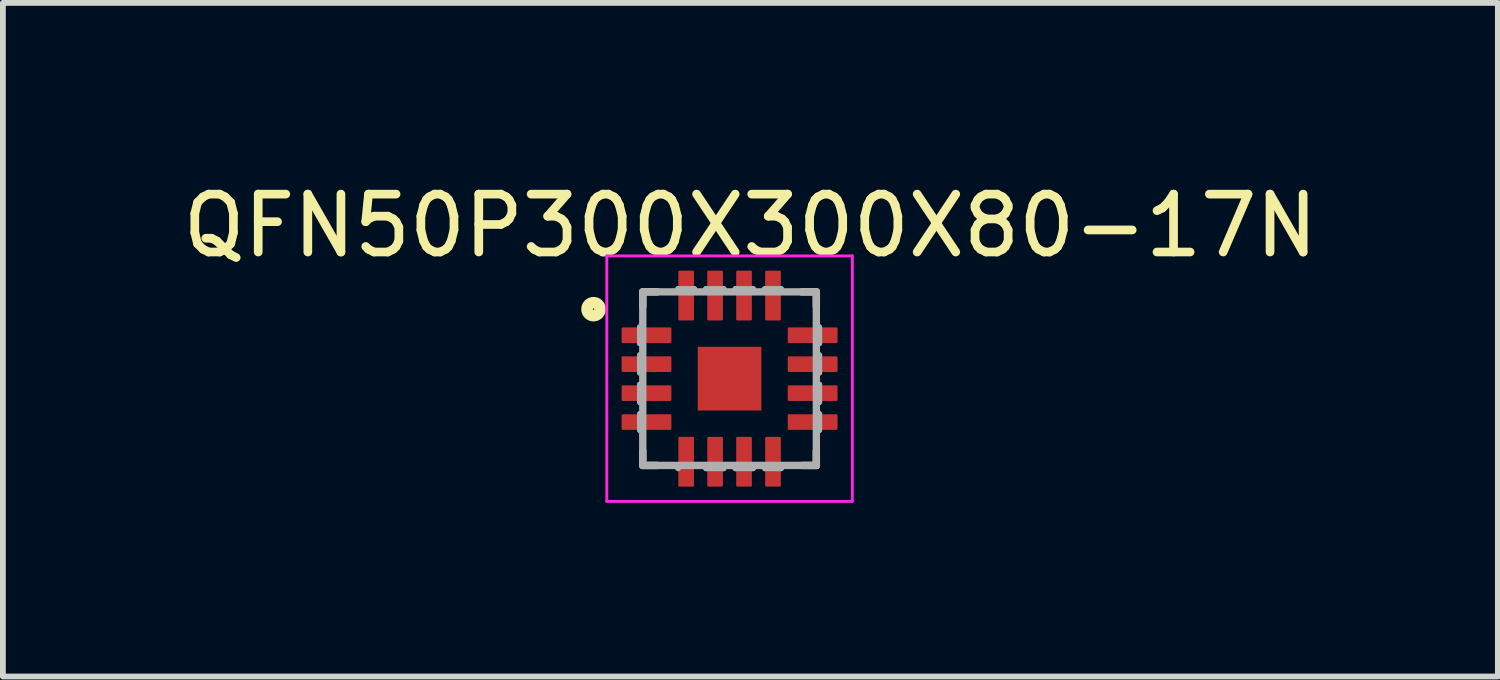
<source format=kicad_pcb>
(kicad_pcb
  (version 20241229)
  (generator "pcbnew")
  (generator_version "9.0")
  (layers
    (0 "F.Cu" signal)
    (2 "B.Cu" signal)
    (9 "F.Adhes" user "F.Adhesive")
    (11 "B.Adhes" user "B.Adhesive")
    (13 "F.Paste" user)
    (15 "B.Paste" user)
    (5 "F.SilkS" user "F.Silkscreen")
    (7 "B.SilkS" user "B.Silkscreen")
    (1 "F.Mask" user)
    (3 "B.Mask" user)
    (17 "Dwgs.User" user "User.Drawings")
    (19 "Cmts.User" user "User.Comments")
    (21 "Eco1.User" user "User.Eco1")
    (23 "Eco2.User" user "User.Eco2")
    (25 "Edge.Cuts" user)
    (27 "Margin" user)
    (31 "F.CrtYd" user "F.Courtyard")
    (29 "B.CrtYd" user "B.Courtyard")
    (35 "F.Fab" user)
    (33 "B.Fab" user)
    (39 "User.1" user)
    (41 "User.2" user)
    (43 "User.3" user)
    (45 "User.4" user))
  (footprint "QFN50P300X300X80-17N"
    (layer "F.Cu")
    (at 9.551 3.49)
    (property "Reference" "QFN50P300X300X80-17N" (at 0.359 -2.642 0) (layer "F.SilkS") (effects (font (size 1 1) (thickness 0.15))))
    (attr smd)
    (fp_line (start -1.499 -1.499) (end -1.499 -1.245) (stroke (width 0.127) (type solid)) (layer "F.SilkS"))
    (fp_line (start -1.499 1.245) (end -1.499 1.499) (stroke (width 0.127) (type solid)) (layer "F.SilkS"))
    (fp_line (start -1.499 1.499) (end -1.245 1.499) (stroke (width 0.127) (type solid)) (layer "F.SilkS"))
    (fp_line (start -1.245 -1.499) (end -1.499 -1.499) (stroke (width 0.127) (type solid)) (layer "F.SilkS"))
    (fp_line (start 1.245 1.499) (end 1.499 1.499) (stroke (width 0.127) (type solid)) (layer "F.SilkS"))
    (fp_line (start 1.499 -1.499) (end 1.245 -1.499) (stroke (width 0.127) (type solid)) (layer "F.SilkS"))
    (fp_line (start 1.499 -1.245) (end 1.499 -1.499) (stroke (width 0.127) (type solid)) (layer "F.SilkS"))
    (fp_line (start 1.499 1.499) (end 1.499 1.245) (stroke (width 0.127) (type solid)) (layer "F.SilkS"))
    (fp_circle (center -2.35 -1.2) (end -2.238 -1.2) (stroke (width 0.2) (type solid)) (fill no) (layer "F.SilkS"))
    (fp_poly (pts (xy -0.389 -0.389) (xy 0.389 -0.389) (xy 0.389 0.389) (xy -0.389 0.389)) (stroke (width 0.01) (type solid)) (fill yes) (layer "F.Paste"))
    (fp_line (start -2.12 -2.12) (end 2.12 -2.12) (stroke (width 0.05) (type solid)) (layer "F.CrtYd"))
    (fp_line (start -2.12 2.12) (end -2.12 -2.12) (stroke (width 0.05) (type solid)) (layer "F.CrtYd"))
    (fp_line (start 2.12 -2.12) (end 2.12 2.12) (stroke (width 0.05) (type solid)) (layer "F.CrtYd"))
    (fp_line (start 2.12 2.12) (end -2.12 2.12) (stroke (width 0.05) (type solid)) (layer "F.CrtYd"))
    (fp_line (start -1.549 -0.889) (end -1.549 -0.61) (stroke (width 0.1) (type solid)) (layer "F.Fab"))
    (fp_line (start -1.549 -0.61) (end -1.499 -0.61) (stroke (width 0.1) (type solid)) (layer "F.Fab"))
    (fp_line (start -1.549 -0.406) (end -1.549 -0.102) (stroke (width 0.1) (type solid)) (layer "F.Fab"))
    (fp_line (start -1.549 -0.102) (end -1.499 -0.102) (stroke (width 0.1) (type solid)) (layer "F.Fab"))
    (fp_line (start -1.549 0.102) (end -1.549 0.406) (stroke (width 0.1) (type solid)) (layer "F.Fab"))
    (fp_line (start -1.549 0.406) (end -1.499 0.406) (stroke (width 0.1) (type solid)) (layer "F.Fab"))
    (fp_line (start -1.549 0.61) (end -1.549 0.889) (stroke (width 0.1) (type solid)) (layer "F.Fab"))
    (fp_line (start -1.549 0.889) (end -1.499 0.889) (stroke (width 0.1) (type solid)) (layer "F.Fab"))
    (fp_line (start -1.499 -1.499) (end -1.499 1.499) (stroke (width 0.127) (type solid)) (layer "F.Fab"))
    (fp_line (start -1.499 -0.889) (end -1.549 -0.889) (stroke (width 0.1) (type solid)) (layer "F.Fab"))
    (fp_line (start -1.499 -0.61) (end -1.499 -0.889) (stroke (width 0.1) (type solid)) (layer "F.Fab"))
    (fp_line (start -1.499 -0.406) (end -1.549 -0.406) (stroke (width 0.1) (type solid)) (layer "F.Fab"))
    (fp_line (start -1.499 -0.102) (end -1.499 -0.406) (stroke (width 0.1) (type solid)) (layer "F.Fab"))
    (fp_line (start -1.499 0.102) (end -1.549 0.102) (stroke (width 0.1) (type solid)) (layer "F.Fab"))
    (fp_line (start -1.499 0.406) (end -1.499 0.102) (stroke (width 0.1) (type solid)) (layer "F.Fab"))
    (fp_line (start -1.499 0.61) (end -1.549 0.61) (stroke (width 0.1) (type solid)) (layer "F.Fab"))
    (fp_line (start -1.499 0.889) (end -1.499 0.61) (stroke (width 0.1) (type solid)) (layer "F.Fab"))
    (fp_line (start -1.499 1.499) (end 1.499 1.499) (stroke (width 0.127) (type solid)) (layer "F.Fab"))
    (fp_line (start -0.889 -1.549) (end -0.889 -1.499) (stroke (width 0.1) (type solid)) (layer "F.Fab"))
    (fp_line (start -0.889 -1.499) (end -0.61 -1.499) (stroke (width 0.1) (type solid)) (layer "F.Fab"))
    (fp_line (start -0.889 1.499) (end -0.889 1.549) (stroke (width 0.1) (type solid)) (layer "F.Fab"))
    (fp_line (start -0.61 -1.549) (end -0.889 -1.549) (stroke (width 0.1) (type solid)) (layer "F.Fab"))
    (fp_line (start -0.61 -1.499) (end -0.61 -1.549) (stroke (width 0.1) (type solid)) (layer "F.Fab"))
    (fp_line (start -0.61 1.499) (end -0.889 1.499) (stroke (width 0.1) (type solid)) (layer "F.Fab"))
    (fp_line (start -0.406 -1.549) (end -0.406 -1.499) (stroke (width 0.1) (type solid)) (layer "F.Fab"))
    (fp_line (start -0.406 -1.499) (end -0.102 -1.499) (stroke (width 0.1) (type solid)) (layer "F.Fab"))
    (fp_line (start -0.406 1.499) (end -0.406 1.549) (stroke (width 0.1) (type solid)) (layer "F.Fab"))
    (fp_line (start -0.406 1.549) (end -0.102 1.549) (stroke (width 0.1) (type solid)) (layer "F.Fab"))
    (fp_line (start -0.102 -1.549) (end -0.406 -1.549) (stroke (width 0.1) (type solid)) (layer "F.Fab"))
    (fp_line (start -0.102 -1.499) (end -0.102 -1.549) (stroke (width 0.1) (type solid)) (layer "F.Fab"))
    (fp_line (start -0.102 1.499) (end -0.406 1.499) (stroke (width 0.1) (type solid)) (layer "F.Fab"))
    (fp_line (start -0.102 1.549) (end -0.102 1.499) (stroke (width 0.1) (type solid)) (layer "F.Fab"))
    (fp_line (start 0.102 -1.549) (end 0.102 -1.499) (stroke (width 0.1) (type solid)) (layer "F.Fab"))
    (fp_line (start 0.102 -1.499) (end 0.406 -1.499) (stroke (width 0.1) (type solid)) (layer "F.Fab"))
    (fp_line (start 0.102 1.499) (end 0.102 1.549) (stroke (width 0.1) (type solid)) (layer "F.Fab"))
    (fp_line (start 0.102 1.549) (end 0.406 1.549) (stroke (width 0.1) (type solid)) (layer "F.Fab"))
    (fp_line (start 0.406 -1.549) (end 0.102 -1.549) (stroke (width 0.1) (type solid)) (layer "F.Fab"))
    (fp_line (start 0.406 -1.499) (end 0.406 -1.549) (stroke (width 0.1) (type solid)) (layer "F.Fab"))
    (fp_line (start 0.406 1.499) (end 0.102 1.499) (stroke (width 0.1) (type solid)) (layer "F.Fab"))
    (fp_line (start 0.406 1.549) (end 0.406 1.499) (stroke (width 0.1) (type solid)) (layer "F.Fab"))
    (fp_line (start 0.61 -1.549) (end 0.61 -1.499) (stroke (width 0.1) (type solid)) (layer "F.Fab"))
    (fp_line (start 0.61 -1.499) (end 0.889 -1.499) (stroke (width 0.1) (type solid)) (layer "F.Fab"))
    (fp_line (start 0.61 1.499) (end 0.61 1.549) (stroke (width 0.1) (type solid)) (layer "F.Fab"))
    (fp_line (start 0.61 1.549) (end 0.889 1.549) (stroke (width 0.1) (type solid)) (layer "F.Fab"))
    (fp_line (start 0.889 -1.549) (end 0.61 -1.549) (stroke (width 0.1) (type solid)) (layer "F.Fab"))
    (fp_line (start 0.889 -1.499) (end 0.889 -1.549) (stroke (width 0.1) (type solid)) (layer "F.Fab"))
    (fp_line (start 0.889 1.499) (end 0.61 1.499) (stroke (width 0.1) (type solid)) (layer "F.Fab"))
    (fp_line (start 0.889 1.549) (end 0.889 1.499) (stroke (width 0.1) (type solid)) (layer "F.Fab"))
    (fp_line (start 1.499 -1.499) (end -1.499 -1.499) (stroke (width 0.127) (type solid)) (layer "F.Fab"))
    (fp_line (start 1.499 -0.889) (end 1.499 -0.61) (stroke (width 0.1) (type solid)) (layer "F.Fab"))
    (fp_line (start 1.499 -0.61) (end 1.549 -0.61) (stroke (width 0.1) (type solid)) (layer "F.Fab"))
    (fp_line (start 1.499 -0.406) (end 1.499 -0.102) (stroke (width 0.1) (type solid)) (layer "F.Fab"))
    (fp_line (start 1.499 -0.102) (end 1.549 -0.102) (stroke (width 0.1) (type solid)) (layer "F.Fab"))
    (fp_line (start 1.499 0.102) (end 1.499 0.406) (stroke (width 0.1) (type solid)) (layer "F.Fab"))
    (fp_line (start 1.499 0.406) (end 1.549 0.406) (stroke (width 0.1) (type solid)) (layer "F.Fab"))
    (fp_line (start 1.499 0.61) (end 1.499 0.889) (stroke (width 0.1) (type solid)) (layer "F.Fab"))
    (fp_line (start 1.499 0.889) (end 1.549 0.889) (stroke (width 0.1) (type solid)) (layer "F.Fab"))
    (fp_line (start 1.499 1.499) (end 1.499 -1.499) (stroke (width 0.127) (type solid)) (layer "F.Fab"))
    (fp_line (start 1.549 -0.889) (end 1.499 -0.889) (stroke (width 0.1) (type solid)) (layer "F.Fab"))
    (fp_line (start 1.549 -0.61) (end 1.549 -0.889) (stroke (width 0.1) (type solid)) (layer "F.Fab"))
    (fp_line (start 1.549 -0.406) (end 1.499 -0.406) (stroke (width 0.1) (type solid)) (layer "F.Fab"))
    (fp_line (start 1.549 -0.102) (end 1.549 -0.406) (stroke (width 0.1) (type solid)) (layer "F.Fab"))
    (fp_line (start 1.549 0.102) (end 1.499 0.102) (stroke (width 0.1) (type solid)) (layer "F.Fab"))
    (fp_line (start 1.549 0.406) (end 1.549 0.102) (stroke (width 0.1) (type solid)) (layer "F.Fab"))
    (fp_line (start 1.549 0.61) (end 1.499 0.61) (stroke (width 0.1) (type solid)) (layer "F.Fab"))
    (fp_line (start 1.549 0.889) (end 1.549 0.61) (stroke (width 0.1) (type solid)) (layer "F.Fab"))
    (pad "1" smd roundrect (at -1.435 -0.75) (size 0.86 0.27) (layers "F.Cu" "F.Mask" "F.Paste") (roundrect_rratio 0.07))
    (pad "2" smd roundrect (at -1.435 -0.25) (size 0.86 0.27) (layers "F.Cu" "F.Mask" "F.Paste") (roundrect_rratio 0.07))
    (pad "3" smd roundrect (at -1.435 0.25) (size 0.86 0.27) (layers "F.Cu" "F.Mask" "F.Paste") (roundrect_rratio 0.07))
    (pad "4" smd roundrect (at -1.435 0.75) (size 0.86 0.27) (layers "F.Cu" "F.Mask" "F.Paste") (roundrect_rratio 0.07))
    (pad "5" smd roundrect (at -0.75 1.435 90) (size 0.86 0.27) (layers "F.Cu" "F.Mask" "F.Paste") (roundrect_rratio 0.07))
    (pad "6" smd roundrect (at -0.25 1.435 90) (size 0.86 0.27) (layers "F.Cu" "F.Mask" "F.Paste") (roundrect_rratio 0.07))
    (pad "7" smd roundrect (at 0.25 1.435 90) (size 0.86 0.27) (layers "F.Cu" "F.Mask" "F.Paste") (roundrect_rratio 0.07))
    (pad "8" smd roundrect (at 0.75 1.435 90) (size 0.86 0.27) (layers "F.Cu" "F.Mask" "F.Paste") (roundrect_rratio 0.07))
    (pad "9" smd roundrect (at 1.435 0.75 180) (size 0.86 0.27) (layers "F.Cu" "F.Mask" "F.Paste") (roundrect_rratio 0.07))
    (pad "10" smd roundrect (at 1.435 0.25 180) (size 0.86 0.27) (layers "F.Cu" "F.Mask" "F.Paste") (roundrect_rratio 0.07))
    (pad "11" smd roundrect (at 1.435 -0.25 180) (size 0.86 0.27) (layers "F.Cu" "F.Mask" "F.Paste") (roundrect_rratio 0.07))
    (pad "12" smd roundrect (at 1.435 -0.75 180) (size 0.86 0.27) (layers "F.Cu" "F.Mask" "F.Paste") (roundrect_rratio 0.07))
    (pad "13" smd roundrect (at 0.75 -1.435 270) (size 0.86 0.27) (layers "F.Cu" "F.Mask" "F.Paste") (roundrect_rratio 0.07))
    (pad "14" smd roundrect (at 0.25 -1.435 270) (size 0.86 0.27) (layers "F.Cu" "F.Mask" "F.Paste") (roundrect_rratio 0.07))
    (pad "15" smd roundrect (at -0.25 -1.435 270) (size 0.86 0.27) (layers "F.Cu" "F.Mask" "F.Paste") (roundrect_rratio 0.07))
    (pad "16" smd roundrect (at -0.75 -1.435 270) (size 0.86 0.27) (layers "F.Cu" "F.Mask" "F.Paste") (roundrect_rratio 0.07))
    (pad "17" smd rect (at 0 0) (size 1.1 1.1) (layers "F.Cu" "F.Mask")))
  (gr_rect
    (start -3 -3)
    (end 22.821 8.635)
    (stroke (width 0.1) (type default))
    (fill no)
    (layer "Edge.Cuts")))
</source>
